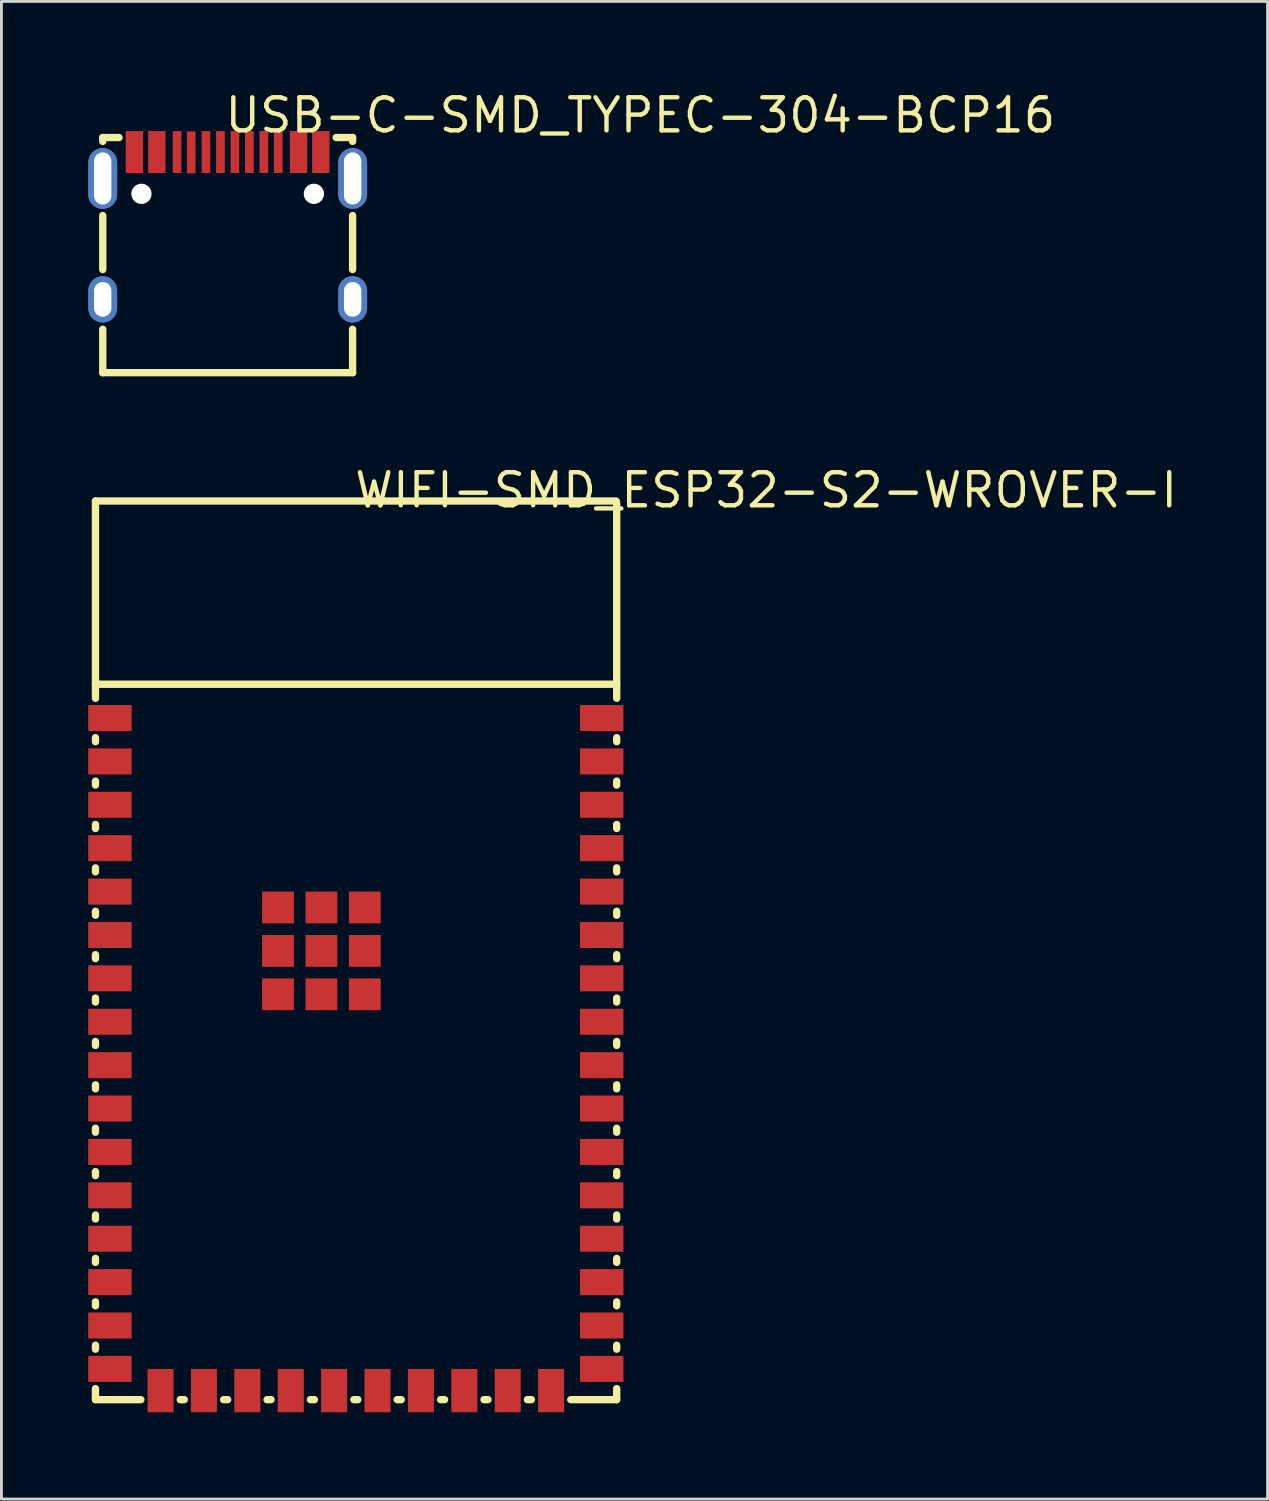
<source format=kicad_pcb>
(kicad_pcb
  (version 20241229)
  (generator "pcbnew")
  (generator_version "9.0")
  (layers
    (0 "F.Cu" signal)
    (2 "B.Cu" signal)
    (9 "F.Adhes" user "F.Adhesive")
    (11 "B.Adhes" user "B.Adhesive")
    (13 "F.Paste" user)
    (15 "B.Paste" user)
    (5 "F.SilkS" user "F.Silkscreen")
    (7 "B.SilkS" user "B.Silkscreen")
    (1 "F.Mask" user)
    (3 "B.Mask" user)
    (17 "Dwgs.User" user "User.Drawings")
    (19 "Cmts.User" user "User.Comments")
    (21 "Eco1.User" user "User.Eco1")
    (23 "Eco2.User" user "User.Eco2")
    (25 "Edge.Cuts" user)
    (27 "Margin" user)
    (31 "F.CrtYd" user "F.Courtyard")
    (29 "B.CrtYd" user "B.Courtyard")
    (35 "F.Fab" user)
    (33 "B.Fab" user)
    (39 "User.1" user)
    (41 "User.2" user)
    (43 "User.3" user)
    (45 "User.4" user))
  (footprint "USB-C-SMD_TYPEC-304-BCP16"
    (layer "F.Cu")
    (at 4.82 4.752)
    (property "Reference" "USB-C-SMD_TYPEC-304-BCP16" (at -0.177 -3.817 0) (layer "F.SilkS") (effects (font (size 1.143 1.143) (thickness 0.152)) (justify left)))
    (attr smd)
    (fp_line (start -4.318 -3.048) (end -4.318 -2.914) (stroke (width 0.254) (type solid)) (layer "F.SilkS"))
    (fp_line (start -4.318 -0.351) (end -4.318 1.516) (stroke (width 0.254) (type solid)) (layer "F.SilkS"))
    (fp_line (start -4.318 3.579) (end -4.318 5.08) (stroke (width 0.254) (type solid)) (layer "F.SilkS"))
    (fp_line (start -4.318 5.08) (end 4.318 5.08) (stroke (width 0.254) (type solid)) (layer "F.SilkS"))
    (fp_line (start -3.756 -3.048) (end -4.318 -3.048) (stroke (width 0.254) (type solid)) (layer "F.SilkS"))
    (fp_line (start 4.318 -3.048) (end 3.751 -3.048) (stroke (width 0.254) (type solid)) (layer "F.SilkS"))
    (fp_line (start 4.318 -2.914) (end 4.318 -3.048) (stroke (width 0.254) (type solid)) (layer "F.SilkS"))
    (fp_line (start 4.318 1.516) (end 4.318 -0.351) (stroke (width 0.254) (type solid)) (layer "F.SilkS"))
    (fp_line (start 4.318 5.08) (end 4.318 3.579) (stroke (width 0.254) (type solid)) (layer "F.SilkS"))
    (pad "" np_thru_hole circle (at -2.98 -1.102) (size 0.7 0.7) (drill 0.7) (layers "*.Cu" "*.Mask"))
    (pad "" np_thru_hole circle (at 2.98 -1.102) (size 0.7 0.7) (drill 0.7) (layers "*.Cu" "*.Mask"))
    (pad "13" thru_hole oval (at -4.32 -1.633) (size 1 2.1) (drill oval 0.6 1.8) (layers "*.Cu" "*.Paste" "*.Mask"))
    (pad "14" thru_hole oval (at 4.32 -1.633) (size 1 2.1) (drill oval 0.6 1.8) (layers "*.Cu" "*.Paste" "*.Mask"))
    (pad "15" thru_hole oval (at -4.32 2.547) (size 1 1.6) (drill oval 0.6 1.2) (layers "*.Cu" "*.Paste" "*.Mask"))
    (pad "16" thru_hole oval (at 4.32 2.547) (size 1 1.6) (drill oval 0.6 1.2) (layers "*.Cu" "*.Paste" "*.Mask"))
    (pad "A1B12" smd rect (at -3.225 -2.547) (size 0.6 1.45) (layers "F.Cu" "F.Mask" "F.Paste"))
    (pad "A4B9" smd rect (at -2.45 -2.547) (size 0.6 1.45) (layers "F.Cu" "F.Mask" "F.Paste"))
    (pad "A5" smd rect (at -1.26 -2.533) (size 0.3 1.45) (layers "F.Cu" "F.Mask" "F.Paste"))
    (pad "A6" smd rect (at -0.25 -2.547) (size 0.3 1.45) (layers "F.Cu" "F.Mask" "F.Paste"))
    (pad "A7" smd rect (at 0.25 -2.547) (size 0.3 1.45) (layers "F.Cu" "F.Mask" "F.Paste"))
    (pad "A8" smd rect (at 1.25 -2.547) (size 0.3 1.45) (layers "F.Cu" "F.Mask" "F.Paste"))
    (pad "B1A12" smd rect (at 3.22 -2.547) (size 0.6 1.45) (layers "F.Cu" "F.Mask" "F.Paste"))
    (pad "B4A9" smd rect (at 2.45 -2.547) (size 0.6 1.45) (layers "F.Cu" "F.Mask" "F.Paste"))
    (pad "B5" smd rect (at 1.75 -2.547) (size 0.3 1.45) (layers "F.Cu" "F.Mask" "F.Paste"))
    (pad "B6" smd rect (at 0.75 -2.547) (size 0.3 1.45) (layers "F.Cu" "F.Mask" "F.Paste"))
    (pad "B7" smd rect (at -0.75 -2.547) (size 0.3 1.45) (layers "F.Cu" "F.Mask" "F.Paste"))
    (pad "B8" smd rect (at -1.75 -2.547) (size 0.3 1.45) (layers "F.Cu" "F.Mask" "F.Paste")))
  (footprint "WIFI-SMD_ESP32-S2-WROVER-I"
    (layer "F.Cu")
    (at 9.25 33.394)
    (property "Reference" "WIFI-SMD_ESP32-S2-WROVER-I" (at -0.122 -19.499 0) (layer "F.SilkS") (effects (font (size 1.143 1.143) (thickness 0.152)) (justify left)))
    (attr smd)
    (fp_line (start -9 -19.125) (end -9 -12.306) (stroke (width 0.254) (type solid)) (layer "F.SilkS"))
    (fp_line (start -9 -12.792) (end 9.017 -12.792) (stroke (width 0.254) (type solid)) (layer "F.SilkS"))
    (fp_line (start -9 -10.944) (end -9 -10.806) (stroke (width 0.254) (type solid)) (layer "F.SilkS"))
    (fp_line (start -9 -9.444) (end -9 -9.306) (stroke (width 0.254) (type solid)) (layer "F.SilkS"))
    (fp_line (start -9 -7.944) (end -9 -7.806) (stroke (width 0.254) (type solid)) (layer "F.SilkS"))
    (fp_line (start -9 -6.444) (end -9 -6.306) (stroke (width 0.254) (type solid)) (layer "F.SilkS"))
    (fp_line (start -9 -4.944) (end -9 -4.806) (stroke (width 0.254) (type solid)) (layer "F.SilkS"))
    (fp_line (start -9 -3.444) (end -9 -3.306) (stroke (width 0.254) (type solid)) (layer "F.SilkS"))
    (fp_line (start -9 -1.944) (end -9 -1.806) (stroke (width 0.254) (type solid)) (layer "F.SilkS"))
    (fp_line (start -9 -0.444) (end -9 -0.306) (stroke (width 0.254) (type solid)) (layer "F.SilkS"))
    (fp_line (start -9 1.056) (end -9 1.194) (stroke (width 0.254) (type solid)) (layer "F.SilkS"))
    (fp_line (start -9 2.556) (end -9 2.694) (stroke (width 0.254) (type solid)) (layer "F.SilkS"))
    (fp_line (start -9 4.056) (end -9 4.194) (stroke (width 0.254) (type solid)) (layer "F.SilkS"))
    (fp_line (start -9 5.556) (end -9 5.694) (stroke (width 0.254) (type solid)) (layer "F.SilkS"))
    (fp_line (start -9 7.056) (end -9 7.194) (stroke (width 0.254) (type solid)) (layer "F.SilkS"))
    (fp_line (start -9 8.556) (end -9 8.694) (stroke (width 0.254) (type solid)) (layer "F.SilkS"))
    (fp_line (start -9 10.056) (end -9 10.194) (stroke (width 0.254) (type solid)) (layer "F.SilkS"))
    (fp_line (start -9 11.556) (end -9 11.938) (stroke (width 0.254) (type solid)) (layer "F.SilkS"))
    (fp_line (start -9 11.938) (end -7.431 11.938) (stroke (width 0.254) (type solid)) (layer "F.SilkS"))
    (fp_line (start -6.069 11.938) (end -5.931 11.938) (stroke (width 0.254) (type solid)) (layer "F.SilkS"))
    (fp_line (start -4.569 11.938) (end -4.431 11.938) (stroke (width 0.254) (type solid)) (layer "F.SilkS"))
    (fp_line (start -3.069 11.938) (end -2.931 11.938) (stroke (width 0.254) (type solid)) (layer "F.SilkS"))
    (fp_line (start -1.569 11.938) (end -1.431 11.938) (stroke (width 0.254) (type solid)) (layer "F.SilkS"))
    (fp_line (start -0.069 11.938) (end 0.069 11.938) (stroke (width 0.254) (type solid)) (layer "F.SilkS"))
    (fp_line (start 1.431 11.938) (end 1.569 11.938) (stroke (width 0.254) (type solid)) (layer "F.SilkS"))
    (fp_line (start 2.931 11.938) (end 3.069 11.938) (stroke (width 0.254) (type solid)) (layer "F.SilkS"))
    (fp_line (start 4.431 11.938) (end 4.569 11.938) (stroke (width 0.254) (type solid)) (layer "F.SilkS"))
    (fp_line (start 5.931 11.938) (end 6.069 11.938) (stroke (width 0.254) (type solid)) (layer "F.SilkS"))
    (fp_line (start 7.431 11.938) (end 9.017 11.938) (stroke (width 0.254) (type solid)) (layer "F.SilkS"))
    (fp_line (start 9 -19.125) (end -9 -19.125) (stroke (width 0.254) (type solid)) (layer "F.SilkS"))
    (fp_line (start 9.017 -12.306) (end 9.017 -19.05) (stroke (width 0.254) (type solid)) (layer "F.SilkS"))
    (fp_line (start 9.017 -10.806) (end 9.017 -10.944) (stroke (width 0.254) (type solid)) (layer "F.SilkS"))
    (fp_line (start 9.017 -9.306) (end 9.017 -9.444) (stroke (width 0.254) (type solid)) (layer "F.SilkS"))
    (fp_line (start 9.017 -7.806) (end 9.017 -7.944) (stroke (width 0.254) (type solid)) (layer "F.SilkS"))
    (fp_line (start 9.017 -6.306) (end 9.017 -6.444) (stroke (width 0.254) (type solid)) (layer "F.SilkS"))
    (fp_line (start 9.017 -4.806) (end 9.017 -4.944) (stroke (width 0.254) (type solid)) (layer "F.SilkS"))
    (fp_line (start 9.017 -3.306) (end 9.017 -3.444) (stroke (width 0.254) (type solid)) (layer "F.SilkS"))
    (fp_line (start 9.017 -1.806) (end 9.017 -1.944) (stroke (width 0.254) (type solid)) (layer "F.SilkS"))
    (fp_line (start 9.017 -0.306) (end 9.017 -0.444) (stroke (width 0.254) (type solid)) (layer "F.SilkS"))
    (fp_line (start 9.017 1.194) (end 9.017 1.056) (stroke (width 0.254) (type solid)) (layer "F.SilkS"))
    (fp_line (start 9.017 2.694) (end 9.017 2.556) (stroke (width 0.254) (type solid)) (layer "F.SilkS"))
    (fp_line (start 9.017 4.194) (end 9.017 4.056) (stroke (width 0.254) (type solid)) (layer "F.SilkS"))
    (fp_line (start 9.017 5.694) (end 9.017 5.556) (stroke (width 0.254) (type solid)) (layer "F.SilkS"))
    (fp_line (start 9.017 7.194) (end 9.017 7.056) (stroke (width 0.254) (type solid)) (layer "F.SilkS"))
    (fp_line (start 9.017 8.694) (end 9.017 8.556) (stroke (width 0.254) (type solid)) (layer "F.SilkS"))
    (fp_line (start 9.017 10.194) (end 9.017 10.056) (stroke (width 0.254) (type solid)) (layer "F.SilkS"))
    (fp_line (start 9.017 11.938) (end 9.017 11.556) (stroke (width 0.254) (type solid)) (layer "F.SilkS"))
    (pad "1" smd rect (at -8.5 -11.625) (size 1.5 0.9) (layers "F.Cu" "F.Mask" "F.Paste"))
    (pad "2" smd rect (at -8.5 -10.125) (size 1.5 0.9) (layers "F.Cu" "F.Mask" "F.Paste"))
    (pad "3" smd rect (at -8.5 -8.625) (size 1.5 0.9) (layers "F.Cu" "F.Mask" "F.Paste"))
    (pad "4" smd rect (at -8.5 -7.125) (size 1.5 0.9) (layers "F.Cu" "F.Mask" "F.Paste"))
    (pad "5" smd rect (at -8.5 -5.625) (size 1.5 0.9) (layers "F.Cu" "F.Mask" "F.Paste"))
    (pad "6" smd rect (at -8.5 -4.125) (size 1.5 0.9) (layers "F.Cu" "F.Mask" "F.Paste"))
    (pad "7" smd rect (at -8.5 -2.625) (size 1.5 0.9) (layers "F.Cu" "F.Mask" "F.Paste"))
    (pad "8" smd rect (at -8.5 -1.125) (size 1.5 0.9) (layers "F.Cu" "F.Mask" "F.Paste"))
    (pad "9" smd rect (at -8.5 0.375) (size 1.5 0.9) (layers "F.Cu" "F.Mask" "F.Paste"))
    (pad "10" smd rect (at -8.5 1.875) (size 1.5 0.9) (layers "F.Cu" "F.Mask" "F.Paste"))
    (pad "11" smd rect (at -8.5 3.375) (size 1.5 0.9) (layers "F.Cu" "F.Mask" "F.Paste"))
    (pad "12" smd rect (at -8.5 4.875) (size 1.5 0.9) (layers "F.Cu" "F.Mask" "F.Paste"))
    (pad "13" smd rect (at -8.5 6.375) (size 1.5 0.9) (layers "F.Cu" "F.Mask" "F.Paste"))
    (pad "14" smd rect (at -8.5 7.875) (size 1.5 0.9) (layers "F.Cu" "F.Mask" "F.Paste"))
    (pad "15" smd rect (at -8.5 9.375) (size 1.5 0.9) (layers "F.Cu" "F.Mask" "F.Paste"))
    (pad "16" smd rect (at -8.5 10.875) (size 1.5 0.9) (layers "F.Cu" "F.Mask" "F.Paste"))
    (pad "17" smd rect (at -6.75 11.625 90) (size 1.5 0.9) (layers "F.Cu" "F.Mask" "F.Paste"))
    (pad "18" smd rect (at -5.25 11.625 90) (size 1.5 0.9) (layers "F.Cu" "F.Mask" "F.Paste"))
    (pad "19" smd rect (at -3.75 11.625 90) (size 1.5 0.9) (layers "F.Cu" "F.Mask" "F.Paste"))
    (pad "20" smd rect (at -2.25 11.625 90) (size 1.5 0.9) (layers "F.Cu" "F.Mask" "F.Paste"))
    (pad "21" smd rect (at -0.75 11.625 90) (size 1.5 0.9) (layers "F.Cu" "F.Mask" "F.Paste"))
    (pad "22" smd rect (at 0.75 11.625 90) (size 1.5 0.9) (layers "F.Cu" "F.Mask" "F.Paste"))
    (pad "23" smd rect (at 2.25 11.625 90) (size 1.5 0.9) (layers "F.Cu" "F.Mask" "F.Paste"))
    (pad "24" smd rect (at 3.75 11.625 90) (size 1.5 0.9) (layers "F.Cu" "F.Mask" "F.Paste"))
    (pad "25" smd rect (at 5.25 11.625 90) (size 1.5 0.9) (layers "F.Cu" "F.Mask" "F.Paste"))
    (pad "26" smd rect (at 6.75 11.625 90) (size 1.5 0.9) (layers "F.Cu" "F.Mask" "F.Paste"))
    (pad "27" smd rect (at 8.5 10.875 180) (size 1.5 0.9) (layers "F.Cu" "F.Mask" "F.Paste"))
    (pad "28" smd rect (at 8.5 9.375 180) (size 1.5 0.9) (layers "F.Cu" "F.Mask" "F.Paste"))
    (pad "29" smd rect (at 8.5 7.875 180) (size 1.5 0.9) (layers "F.Cu" "F.Mask" "F.Paste"))
    (pad "30" smd rect (at 8.5 6.375 180) (size 1.5 0.9) (layers "F.Cu" "F.Mask" "F.Paste"))
    (pad "31" smd rect (at 8.5 4.875 180) (size 1.5 0.9) (layers "F.Cu" "F.Mask" "F.Paste"))
    (pad "32" smd rect (at 8.5 3.375 180) (size 1.5 0.9) (layers "F.Cu" "F.Mask" "F.Paste"))
    (pad "33" smd rect (at 8.5 1.875 180) (size 1.5 0.9) (layers "F.Cu" "F.Mask" "F.Paste"))
    (pad "34" smd rect (at 8.5 0.375 180) (size 1.5 0.9) (layers "F.Cu" "F.Mask" "F.Paste"))
    (pad "35" smd rect (at 8.5 -1.125 180) (size 1.5 0.9) (layers "F.Cu" "F.Mask" "F.Paste"))
    (pad "36" smd rect (at 8.5 -2.625 180) (size 1.5 0.9) (layers "F.Cu" "F.Mask" "F.Paste"))
    (pad "37" smd rect (at 8.5 -4.125 180) (size 1.5 0.9) (layers "F.Cu" "F.Mask" "F.Paste"))
    (pad "38" smd rect (at 8.5 -5.625 180) (size 1.5 0.9) (layers "F.Cu" "F.Mask" "F.Paste"))
    (pad "39" smd rect (at 8.5 -7.125 180) (size 1.5 0.9) (layers "F.Cu" "F.Mask" "F.Paste"))
    (pad "40" smd rect (at 8.5 -8.625 180) (size 1.5 0.9) (layers "F.Cu" "F.Mask" "F.Paste"))
    (pad "41" smd rect (at 8.5 -10.125 180) (size 1.5 0.9) (layers "F.Cu" "F.Mask" "F.Paste"))
    (pad "42" smd rect (at 8.5 -11.625 180) (size 1.5 0.9) (layers "F.Cu" "F.Mask" "F.Paste"))
    (pad "43" smd rect (at -2.69 -5.075 90) (size 1.1 1.1) (layers "F.Cu" "F.Mask" "F.Paste"))
    (pad "43" smd rect (at -2.69 -3.575 90) (size 1.1 1.1) (layers "F.Cu" "F.Mask" "F.Paste"))
    (pad "43" smd rect (at -2.69 -2.075 90) (size 1.1 1.1) (layers "F.Cu" "F.Mask" "F.Paste"))
    (pad "43" smd rect (at -1.19 -5.075 90) (size 1.1 1.1) (layers "F.Cu" "F.Mask" "F.Paste"))
    (pad "43" smd rect (at -1.19 -3.575 90) (size 1.1 1.1) (layers "F.Cu" "F.Mask" "F.Paste"))
    (pad "43" smd rect (at -1.19 -2.075 90) (size 1.1 1.1) (layers "F.Cu" "F.Mask" "F.Paste"))
    (pad "43" smd rect (at 0.31 -5.075 90) (size 1.1 1.1) (layers "F.Cu" "F.Mask" "F.Paste"))
    (pad "43" smd rect (at 0.31 -3.575 90) (size 1.1 1.1) (layers "F.Cu" "F.Mask" "F.Paste"))
    (pad "43" smd rect (at 0.31 -2.075 90) (size 1.1 1.1) (layers "F.Cu" "F.Mask" "F.Paste")))
  (gr_rect
    (start -3 -3)
    (end 40.767 48.769)
    (stroke (width 0.1) (type default))
    (fill no)
    (layer "Edge.Cuts")))
</source>
